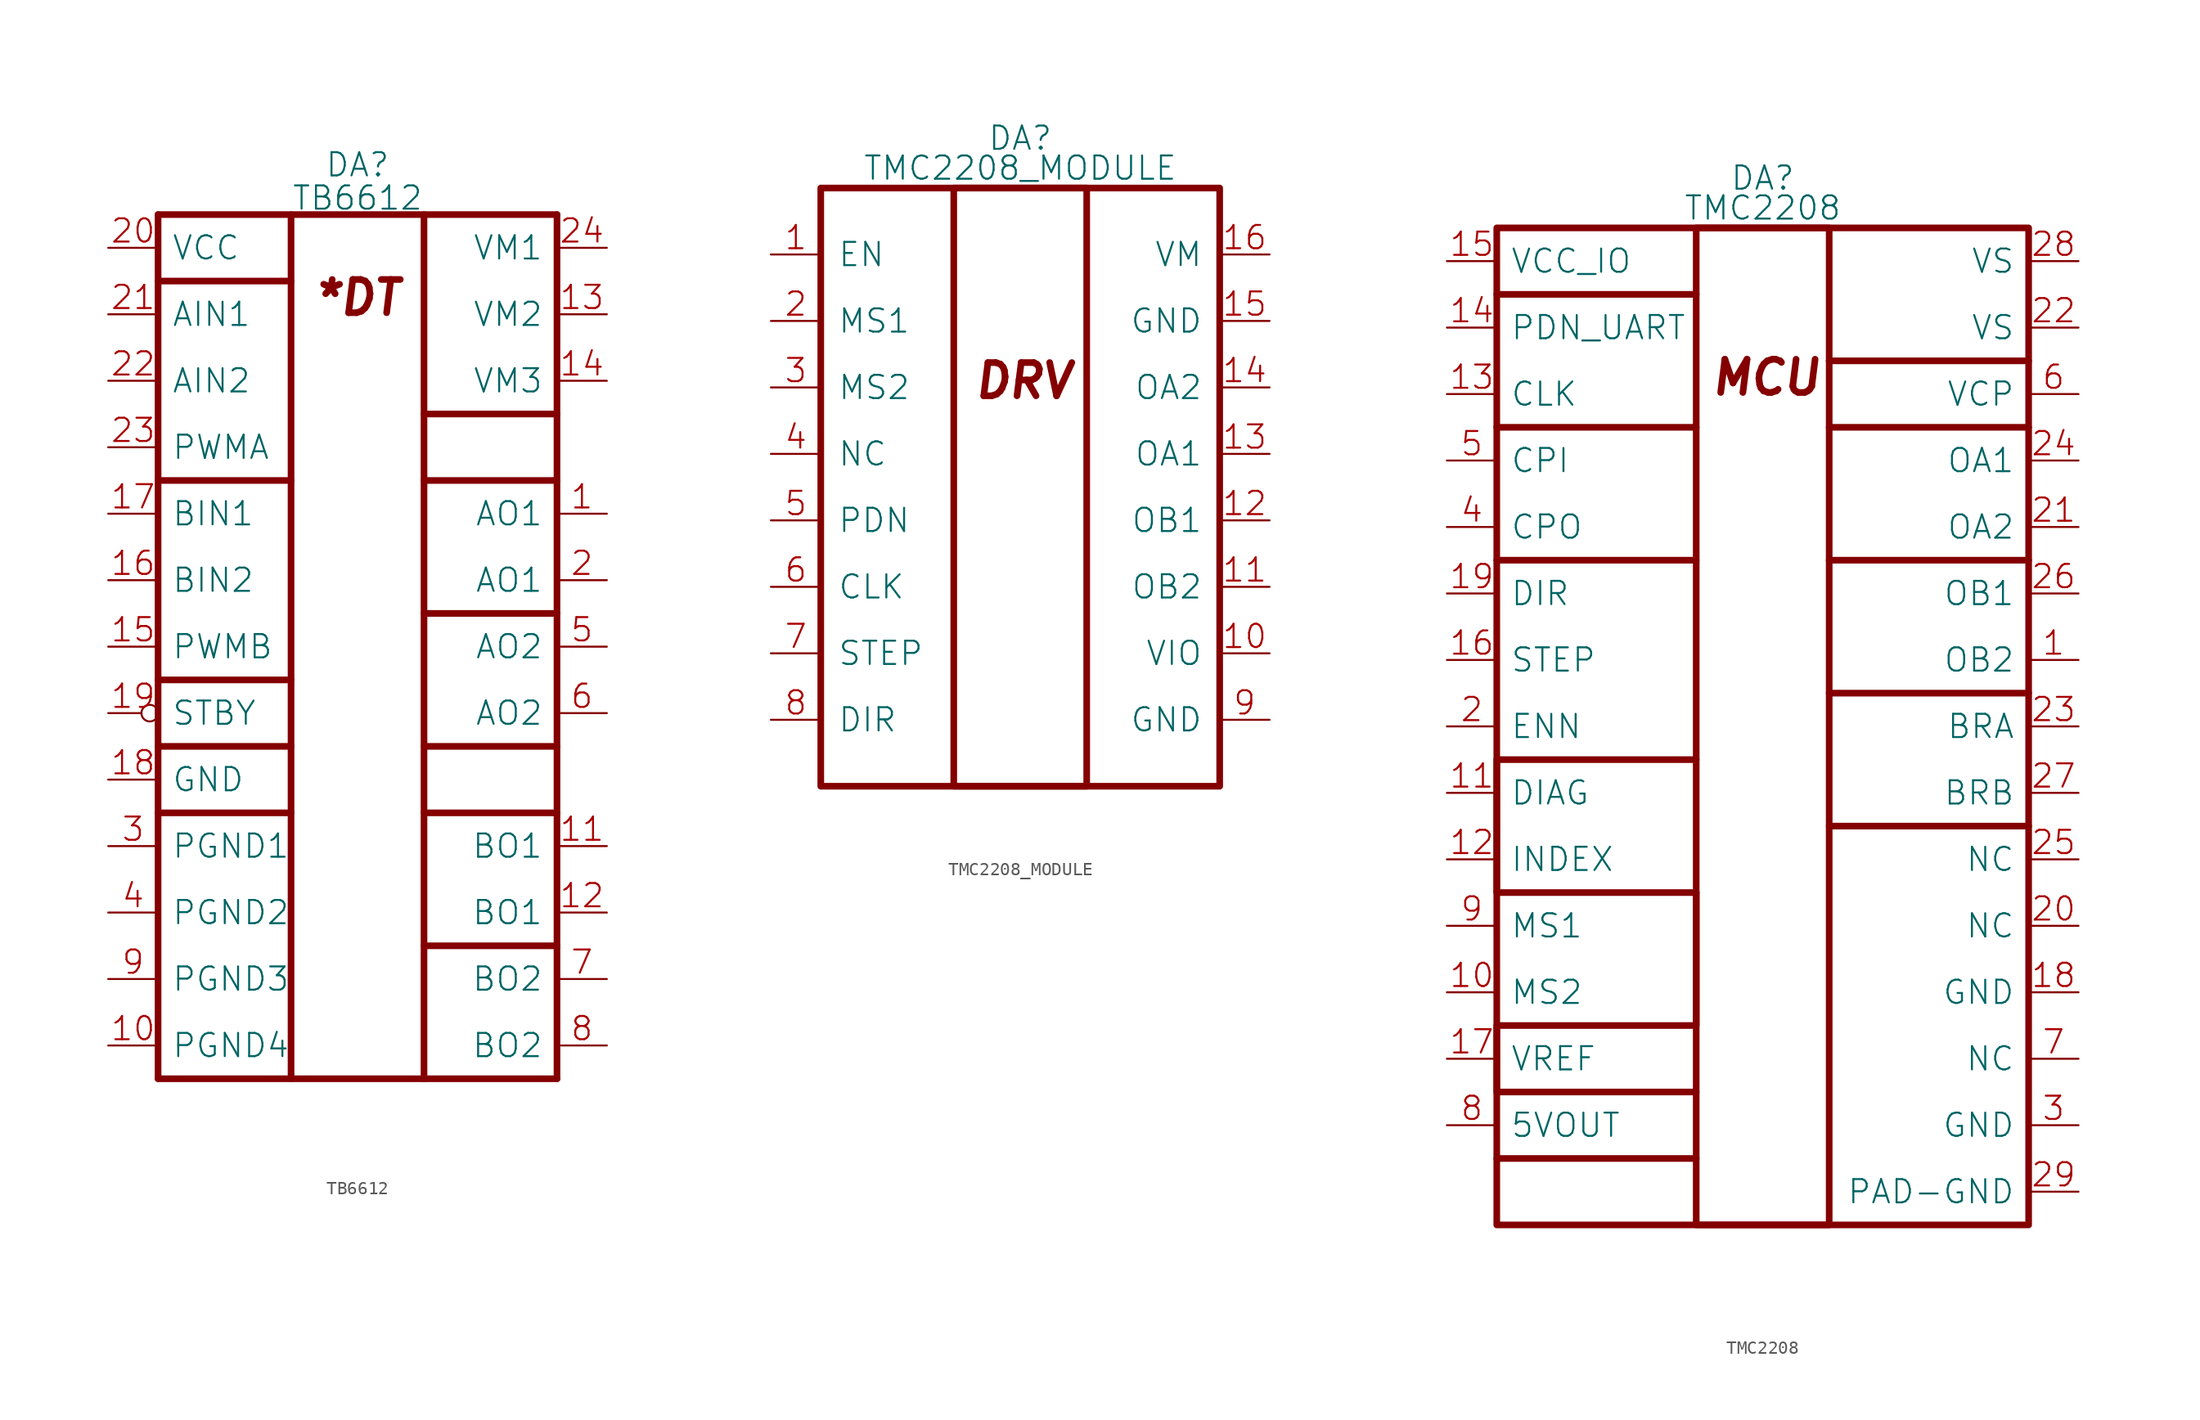
<source format=kicad_sym>
(kicad_symbol_lib
  (version 20211014)
  (generator kicad_symbol_editor)
  (symbol "TB6612"
    (pin_names
      (offset 1.016))
    (property "Reference" "DA"
      (at 0 13.97 0)
      (effects (font (size 1.778 1.778))))
    (property "Value" "TB6612"
      (at 0 11.43 0)
      (effects (font (size 1.778 1.778))))
    (symbol "TB6612_0_1"
      (polyline (pts (xy -15.24 -55.88) (xy -15.24 10.16)) (stroke (width 0.508) (type default) (color 0 0 0 0)) (fill (type none)))
      (polyline (pts (xy -15.24 -55.88) (xy 15.24 -55.88)) (stroke (width 0.508) (type default) (color 0 0 0 0)) (fill (type none)))
      (polyline (pts (xy -15.24 -35.56) (xy -5.08 -35.56)) (stroke (width 0.508) (type default) (color 0 0 0 0)) (fill (type none)))
      (polyline (pts (xy -15.24 -30.48) (xy -5.08 -30.48)) (stroke (width 0.508) (type default) (color 0 0 0 0)) (fill (type none)))
      (polyline (pts (xy -15.24 -25.4) (xy -5.08 -25.4)) (stroke (width 0.508) (type default) (color 0 0 0 0)) (fill (type none)))
      (polyline (pts (xy -15.24 -10.16) (xy -5.08 -10.16)) (stroke (width 0.508) (type default) (color 0 0 0 0)) (fill (type none)))
      (polyline (pts (xy -15.24 5.08) (xy -5.08 5.08)) (stroke (width 0.508) (type default) (color 0 0 0 0)) (fill (type none)))
      (polyline (pts (xy -5.08 10.16) (xy -5.08 -55.88)) (stroke (width 0.508) (type default) (color 0 0 0 0)) (fill (type none)))
      (polyline (pts (xy 5.08 10.16) (xy 5.08 -55.88)) (stroke (width 0.508) (type default) (color 0 0 0 0)) (fill (type none)))
      (polyline (pts (xy 15.24 -45.72) (xy 5.08 -45.72)) (stroke (width 0.508) (type default) (color 0 0 0 0)) (fill (type none)))
      (polyline (pts (xy 15.24 -35.56) (xy 5.08 -35.56)) (stroke (width 0.508) (type default) (color 0 0 0 0)) (fill (type none)))
      (polyline (pts (xy 15.24 -30.48) (xy 5.08 -30.48)) (stroke (width 0.508) (type default) (color 0 0 0 0)) (fill (type none)))
      (polyline (pts (xy 15.24 -20.32) (xy 5.08 -20.32)) (stroke (width 0.508) (type default) (color 0 0 0 0)) (fill (type none)))
      (polyline (pts (xy 15.24 -10.16) (xy 5.08 -10.16)) (stroke (width 0.508) (type default) (color 0 0 0 0)) (fill (type none)))
      (polyline (pts (xy 15.24 -5.08) (xy 5.08 -5.08)) (stroke (width 0.508) (type default) (color 0 0 0 0)) (fill (type none)))
      (polyline (pts (xy 15.24 10.16) (xy -15.24 10.16)) (stroke (width 0.508) (type default) (color 0 0 0 0)) (fill (type none)))
      (polyline (pts (xy 15.24 10.16) (xy 15.24 -55.88)) (stroke (width 0.508) (type default) (color 0 0 0 0)) (fill (type none))))
    (symbol "TB6612_1_1"
      (text "*DT" (at 0 3.81 0) (effects (font (size 2.54 2.54) bold italic)))
      (pin power_out line (at 19.05 -12.7 180) (length 3.81) (name "AO1" (effects (font (size 1.778 1.778)))) (number "1" (effects (font (size 1.778 1.778)))))
      (pin power_in line (at -19.05 -53.34 0) (length 3.81) (name "PGND4" (effects (font (size 1.778 1.778)))) (number "10" (effects (font (size 1.778 1.778)))))
      (pin power_out line (at 19.05 -38.1 180) (length 3.81) (name "BO1" (effects (font (size 1.778 1.778)))) (number "11" (effects (font (size 1.778 1.778)))))
      (pin power_out line (at 19.05 -43.18 180) (length 3.81) (name "BO1" (effects (font (size 1.778 1.778)))) (number "12" (effects (font (size 1.778 1.778)))))
      (pin output line (at 19.05 2.54 180) (length 3.81) (name "VM2" (effects (font (size 1.778 1.778)))) (number "13" (effects (font (size 1.778 1.778)))))
      (pin power_in line (at 19.05 -2.54 180) (length 3.81) (name "VM3" (effects (font (size 1.778 1.778)))) (number "14" (effects (font (size 1.778 1.778)))))
      (pin input line (at -19.05 -22.86 0) (length 3.81) (name "PWMB" (effects (font (size 1.778 1.778)))) (number "15" (effects (font (size 1.778 1.778)))))
      (pin input line (at -19.05 -17.78 0) (length 3.81) (name "BIN2" (effects (font (size 1.778 1.778)))) (number "16" (effects (font (size 1.778 1.778)))))
      (pin input line (at -19.05 -12.7 0) (length 3.81) (name "BIN1" (effects (font (size 1.778 1.778)))) (number "17" (effects (font (size 1.778 1.778)))))
      (pin power_in line (at -19.05 -33.02 0) (length 3.81) (name "GND" (effects (font (size 1.778 1.778)))) (number "18" (effects (font (size 1.778 1.778)))))
      (pin input inverted (at -19.05 -27.94 0) (length 3.81) (name "STBY" (effects (font (size 1.778 1.778)))) (number "19" (effects (font (size 1.778 1.778)))))
      (pin power_out line (at 19.05 -17.78 180) (length 3.81) (name "AO1" (effects (font (size 1.778 1.778)))) (number "2" (effects (font (size 1.778 1.778)))))
      (pin power_in line (at -19.05 7.62 0) (length 3.81) (name "VCC" (effects (font (size 1.778 1.778)))) (number "20" (effects (font (size 1.778 1.778)))))
      (pin input line (at -19.05 2.54 0) (length 3.81) (name "AIN1" (effects (font (size 1.778 1.778)))) (number "21" (effects (font (size 1.778 1.778)))))
      (pin input line (at -19.05 -2.54 0) (length 3.81) (name "AIN2" (effects (font (size 1.778 1.778)))) (number "22" (effects (font (size 1.778 1.778)))))
      (pin input line (at -19.05 -7.62 0) (length 3.81) (name "PWMA" (effects (font (size 1.778 1.778)))) (number "23" (effects (font (size 1.778 1.778)))))
      (pin power_in line (at 19.05 7.62 180) (length 3.81) (name "VM1" (effects (font (size 1.778 1.778)))) (number "24" (effects (font (size 1.778 1.778)))))
      (pin power_in line (at -19.05 -38.1 0) (length 3.81) (name "PGND1" (effects (font (size 1.778 1.778)))) (number "3" (effects (font (size 1.778 1.778)))))
      (pin power_in line (at -19.05 -43.18 0) (length 3.81) (name "PGND2" (effects (font (size 1.778 1.778)))) (number "4" (effects (font (size 1.778 1.778)))))
      (pin power_out line (at 19.05 -22.86 180) (length 3.81) (name "AO2" (effects (font (size 1.778 1.778)))) (number "5" (effects (font (size 1.778 1.778)))))
      (pin power_out line (at 19.05 -27.94 180) (length 3.81) (name "AO2" (effects (font (size 1.778 1.778)))) (number "6" (effects (font (size 1.778 1.778)))))
      (pin power_out line (at 19.05 -48.26 180) (length 3.81) (name "BO2" (effects (font (size 1.778 1.778)))) (number "7" (effects (font (size 1.778 1.778)))))
      (pin power_out line (at 19.05 -53.34 180) (length 3.81) (name "BO2" (effects (font (size 1.778 1.778)))) (number "8" (effects (font (size 1.778 1.778)))))
      (pin power_in line (at -19.05 -48.26 0) (length 3.81) (name "PGND3" (effects (font (size 1.778 1.778)))) (number "9" (effects (font (size 1.778 1.778)))))))
  (symbol "TMC2208_MODULE"
    (pin_names
      (offset 1.27))
    (property "Reference" "DA"
      (at 0 3.81 0)
      (effects (font (size 1.778 1.778))))
    (property "Value" "TMC2208_MODULE"
      (at 0 1.524 0)
      (effects (font (size 1.778 1.778))))
    (symbol "TMC2208_MODULE_0_1"
      (rectangle (start -5.08 0) (end 5.08 -45.72) (stroke (width 0.508) (type default) (color 0 0 0 0)) (fill (type none)))
      (rectangle (start 15.24 -45.72) (end -15.24 0) (stroke (width 0.508) (type default) (color 0 0 0 0)) (fill (type none))))
    (symbol "TMC2208_MODULE_1_1"
      (text "DRV" (at 0.254 -14.732 0) (effects (font (size 2.54 2.54) bold italic)))
      (pin input line (at -19.05 -5.08 0) (length 3.81) (name "EN" (effects (font (size 1.778 1.778)))) (number "1" (effects (font (size 1.778 1.778)))))
      (pin power_in line (at 19.05 -35.56 180) (length 3.81) (name "VIO" (effects (font (size 1.778 1.778)))) (number "10" (effects (font (size 1.778 1.778)))))
      (pin power_out line (at 19.05 -30.48 180) (length 3.81) (name "OB2" (effects (font (size 1.778 1.778)))) (number "11" (effects (font (size 1.778 1.778)))))
      (pin power_out line (at 19.05 -25.4 180) (length 3.81) (name "OB1" (effects (font (size 1.778 1.778)))) (number "12" (effects (font (size 1.778 1.778)))))
      (pin power_out line (at 19.05 -20.32 180) (length 3.81) (name "OA1" (effects (font (size 1.778 1.778)))) (number "13" (effects (font (size 1.778 1.778)))))
      (pin power_out line (at 19.05 -15.24 180) (length 3.81) (name "OA2" (effects (font (size 1.778 1.778)))) (number "14" (effects (font (size 1.778 1.778)))))
      (pin power_out line (at 19.05 -10.16 180) (length 3.81) (name "GND" (effects (font (size 1.778 1.778)))) (number "15" (effects (font (size 1.778 1.778)))))
      (pin power_in line (at 19.05 -5.08 180) (length 3.81) (name "VM" (effects (font (size 1.778 1.778)))) (number "16" (effects (font (size 1.778 1.778)))))
      (pin input line (at -19.05 -10.16 0) (length 3.81) (name "MS1" (effects (font (size 1.778 1.778)))) (number "2" (effects (font (size 1.778 1.778)))))
      (pin output line (at -19.05 -15.24 0) (length 3.81) (name "MS2" (effects (font (size 1.778 1.778)))) (number "3" (effects (font (size 1.778 1.778)))))
      (pin unspecified line (at -19.05 -20.32 0) (length 3.81) (name "NC" (effects (font (size 1.778 1.778)))) (number "4" (effects (font (size 1.778 1.778)))))
      (pin input line (at -19.05 -25.4 0) (length 3.81) (name "PDN" (effects (font (size 1.778 1.778)))) (number "5" (effects (font (size 1.778 1.778)))))
      (pin input line (at -19.05 -30.48 0) (length 3.81) (name "CLK" (effects (font (size 1.778 1.778)))) (number "6" (effects (font (size 1.778 1.778)))))
      (pin input line (at -19.05 -35.56 0) (length 3.81) (name "STEP" (effects (font (size 1.778 1.778)))) (number "7" (effects (font (size 1.778 1.778)))))
      (pin input line (at -19.05 -40.64 0) (length 3.81) (name "DIR" (effects (font (size 1.778 1.778)))) (number "8" (effects (font (size 1.778 1.778)))))
      (pin power_in line (at 19.05 -40.64 180) (length 3.81) (name "GND" (effects (font (size 1.778 1.778)))) (number "9" (effects (font (size 1.778 1.778)))))))
  (symbol "TMC2208"
    (pin_names
      (offset 1.016))
    (property "Reference" "DA"
      (at 0 3.81 0)
      (effects (font (size 1.778 1.778))))
    (property "Value" "TMC2208"
      (at 0 1.524 0)
      (effects (font (size 1.778 1.778))))
    (symbol "TMC2208_0_1"
      (rectangle (start -20.32 0) (end 20.32 -76.2) (stroke (width 0.508) (type default) (color 0 0 0 0)) (fill (type none)))
      (rectangle (start -5.08 -50.8) (end -5.08 -50.8) (stroke (width 0.508) (type default) (color 0 0 0 0)) (fill (type none)))
      (rectangle (start -5.08 0) (end 5.08 -76.2) (stroke (width 0.508) (type default) (color 0 0 0 0)) (fill (type none)))
      (polyline (pts (xy -20.32 -25.4) (xy -5.08 -25.4)) (stroke (width 0.508) (type default) (color 0 0 0 0)) (fill (type none)))
      (polyline (pts (xy -20.32 -5.08) (xy -5.08 -5.08)) (stroke (width 0.508) (type default) (color 0 0 0 0)) (fill (type none)))
      (polyline (pts (xy -5.08 -71.12) (xy -20.32 -71.12)) (stroke (width 0.508) (type default) (color 0 0 0 0)) (fill (type none)))
      (polyline (pts (xy -5.08 -15.24) (xy -20.32 -15.24)) (stroke (width 0.508) (type default) (color 0 0 0 0)) (fill (type none)))
      (polyline (pts (xy 20.32 -45.72) (xy 5.08 -45.72)) (stroke (width 0.508) (type default) (color 0 0 0 0)) (fill (type none)))
      (polyline (pts (xy 20.32 -35.56) (xy 5.08 -35.56)) (stroke (width 0.508) (type default) (color 0 0 0 0)) (fill (type none)))
      (polyline (pts (xy 20.32 -25.4) (xy 5.08 -25.4)) (stroke (width 0.508) (type default) (color 0 0 0 0)) (fill (type none)))
      (polyline (pts (xy 20.32 -15.24) (xy 5.08 -15.24)) (stroke (width 0.508) (type default) (color 0 0 0 0)) (fill (type none)))
      (polyline (pts (xy 20.32 -10.16) (xy 5.08 -10.16)) (stroke (width 0.508) (type default) (color 0 0 0 0)) (fill (type none)))
      (polyline (pts (xy -5.08 -40.64) (xy -20.32 -40.64) (xy -20.32 -50.8) (xy -5.08 -50.8) (xy -5.08 -60.96) (xy -20.32 -60.96) (xy -20.32 -66.04) (xy -5.08 -66.04)) (stroke (width 0.508) (type default) (color 0 0 0 0)) (fill (type none)))
      (pin output line (at 24.13 -33.02 180) (length 3.81) (name "OB2" (effects (font (size 1.778 1.778)))) (number "1" (effects (font (size 1.778 1.778))))))
    (symbol "TMC2208_1_1"
      (text "MCU" (at 0.254 -11.43 0) (effects (font (size 2.54 2.54) bold italic)))
      (pin input line (at -24.13 -58.42 0) (length 3.81) (name "MS2" (effects (font (size 1.778 1.778)))) (number "10" (effects (font (size 1.778 1.778)))))
      (pin output line (at -24.13 -43.18 0) (length 3.81) (name "DIAG" (effects (font (size 1.778 1.778)))) (number "11" (effects (font (size 1.778 1.778)))))
      (pin output line (at -24.13 -48.26 0) (length 3.81) (name "INDEX" (effects (font (size 1.778 1.778)))) (number "12" (effects (font (size 1.778 1.778)))))
      (pin input line (at -24.13 -12.7 0) (length 3.81) (name "CLK" (effects (font (size 1.778 1.778)))) (number "13" (effects (font (size 1.778 1.778)))))
      (pin tri_state line (at -24.13 -7.62 0) (length 3.81) (name "PDN_UART" (effects (font (size 1.778 1.778)))) (number "14" (effects (font (size 1.778 1.778)))))
      (pin power_in line (at -24.13 -2.54 0) (length 3.81) (name "VCC_IO" (effects (font (size 1.778 1.778)))) (number "15" (effects (font (size 1.778 1.778)))))
      (pin input line (at -24.13 -33.02 0) (length 3.81) (name "STEP" (effects (font (size 1.778 1.778)))) (number "16" (effects (font (size 1.778 1.778)))))
      (pin power_in line (at -24.13 -63.5 0) (length 3.81) (name "VREF" (effects (font (size 1.778 1.778)))) (number "17" (effects (font (size 1.778 1.778)))))
      (pin power_in line (at 24.13 -58.42 180) (length 3.81) (name "GND" (effects (font (size 1.778 1.778)))) (number "18" (effects (font (size 1.778 1.778)))))
      (pin input line (at -24.13 -27.94 0) (length 3.81) (name "DIR" (effects (font (size 1.778 1.778)))) (number "19" (effects (font (size 1.778 1.778)))))
      (pin input line (at -24.13 -38.1 0) (length 3.81) (name "ENN" (effects (font (size 1.778 1.778)))) (number "2" (effects (font (size 1.778 1.778)))))
      (pin unspecified line (at 24.13 -53.34 180) (length 3.81) (name "NC" (effects (font (size 1.778 1.778)))) (number "20" (effects (font (size 1.778 1.778)))))
      (pin output line (at 24.13 -22.86 180) (length 3.81) (name "OA2" (effects (font (size 1.778 1.778)))) (number "21" (effects (font (size 1.778 1.778)))))
      (pin power_in line (at 24.13 -7.62 180) (length 3.81) (name "VS" (effects (font (size 1.778 1.778)))) (number "22" (effects (font (size 1.778 1.778)))))
      (pin bidirectional line (at 24.13 -38.1 180) (length 3.81) (name "BRA" (effects (font (size 1.778 1.778)))) (number "23" (effects (font (size 1.778 1.778)))))
      (pin output line (at 24.13 -17.78 180) (length 3.81) (name "OA1" (effects (font (size 1.778 1.778)))) (number "24" (effects (font (size 1.778 1.778)))))
      (pin unspecified line (at 24.13 -48.26 180) (length 3.81) (name "NC" (effects (font (size 1.778 1.778)))) (number "25" (effects (font (size 1.778 1.778)))))
      (pin output line (at 24.13 -27.94 180) (length 3.81) (name "OB1" (effects (font (size 1.778 1.778)))) (number "26" (effects (font (size 1.778 1.778)))))
      (pin input line (at 24.13 -43.18 180) (length 3.81) (name "BRB" (effects (font (size 1.778 1.778)))) (number "27" (effects (font (size 1.778 1.778)))))
      (pin power_in line (at 24.13 -2.54 180) (length 3.81) (name "VS" (effects (font (size 1.778 1.778)))) (number "28" (effects (font (size 1.778 1.778)))))
      (pin output line (at 24.13 -73.66 180) (length 3.81) (name "PAD-GND" (effects (font (size 1.778 1.778)))) (number "29" (effects (font (size 1.778 1.778)))))
      (pin power_in line (at 24.13 -68.58 180) (length 3.81) (name "GND" (effects (font (size 1.778 1.778)))) (number "3" (effects (font (size 1.778 1.778)))))
      (pin bidirectional line (at -24.13 -22.86 0) (length 3.81) (name "CPO" (effects (font (size 1.778 1.778)))) (number "4" (effects (font (size 1.778 1.778)))))
      (pin bidirectional line (at -24.13 -17.78 0) (length 3.81) (name "CPI" (effects (font (size 1.778 1.778)))) (number "5" (effects (font (size 1.778 1.778)))))
      (pin bidirectional line (at 24.13 -12.7 180) (length 3.81) (name "VCP" (effects (font (size 1.778 1.778)))) (number "6" (effects (font (size 1.778 1.778)))))
      (pin unspecified line (at 24.13 -63.5 180) (length 3.81) (name "NC" (effects (font (size 1.778 1.778)))) (number "7" (effects (font (size 1.778 1.778)))))
      (pin power_out line (at -24.13 -68.58 0) (length 3.81) (name "5VOUT" (effects (font (size 1.778 1.778)))) (number "8" (effects (font (size 1.778 1.778)))))
      (pin input line (at -24.13 -53.34 0) (length 3.81) (name "MS1" (effects (font (size 1.778 1.778)))) (number "9" (effects (font (size 1.778 1.778))))))))
</source>
